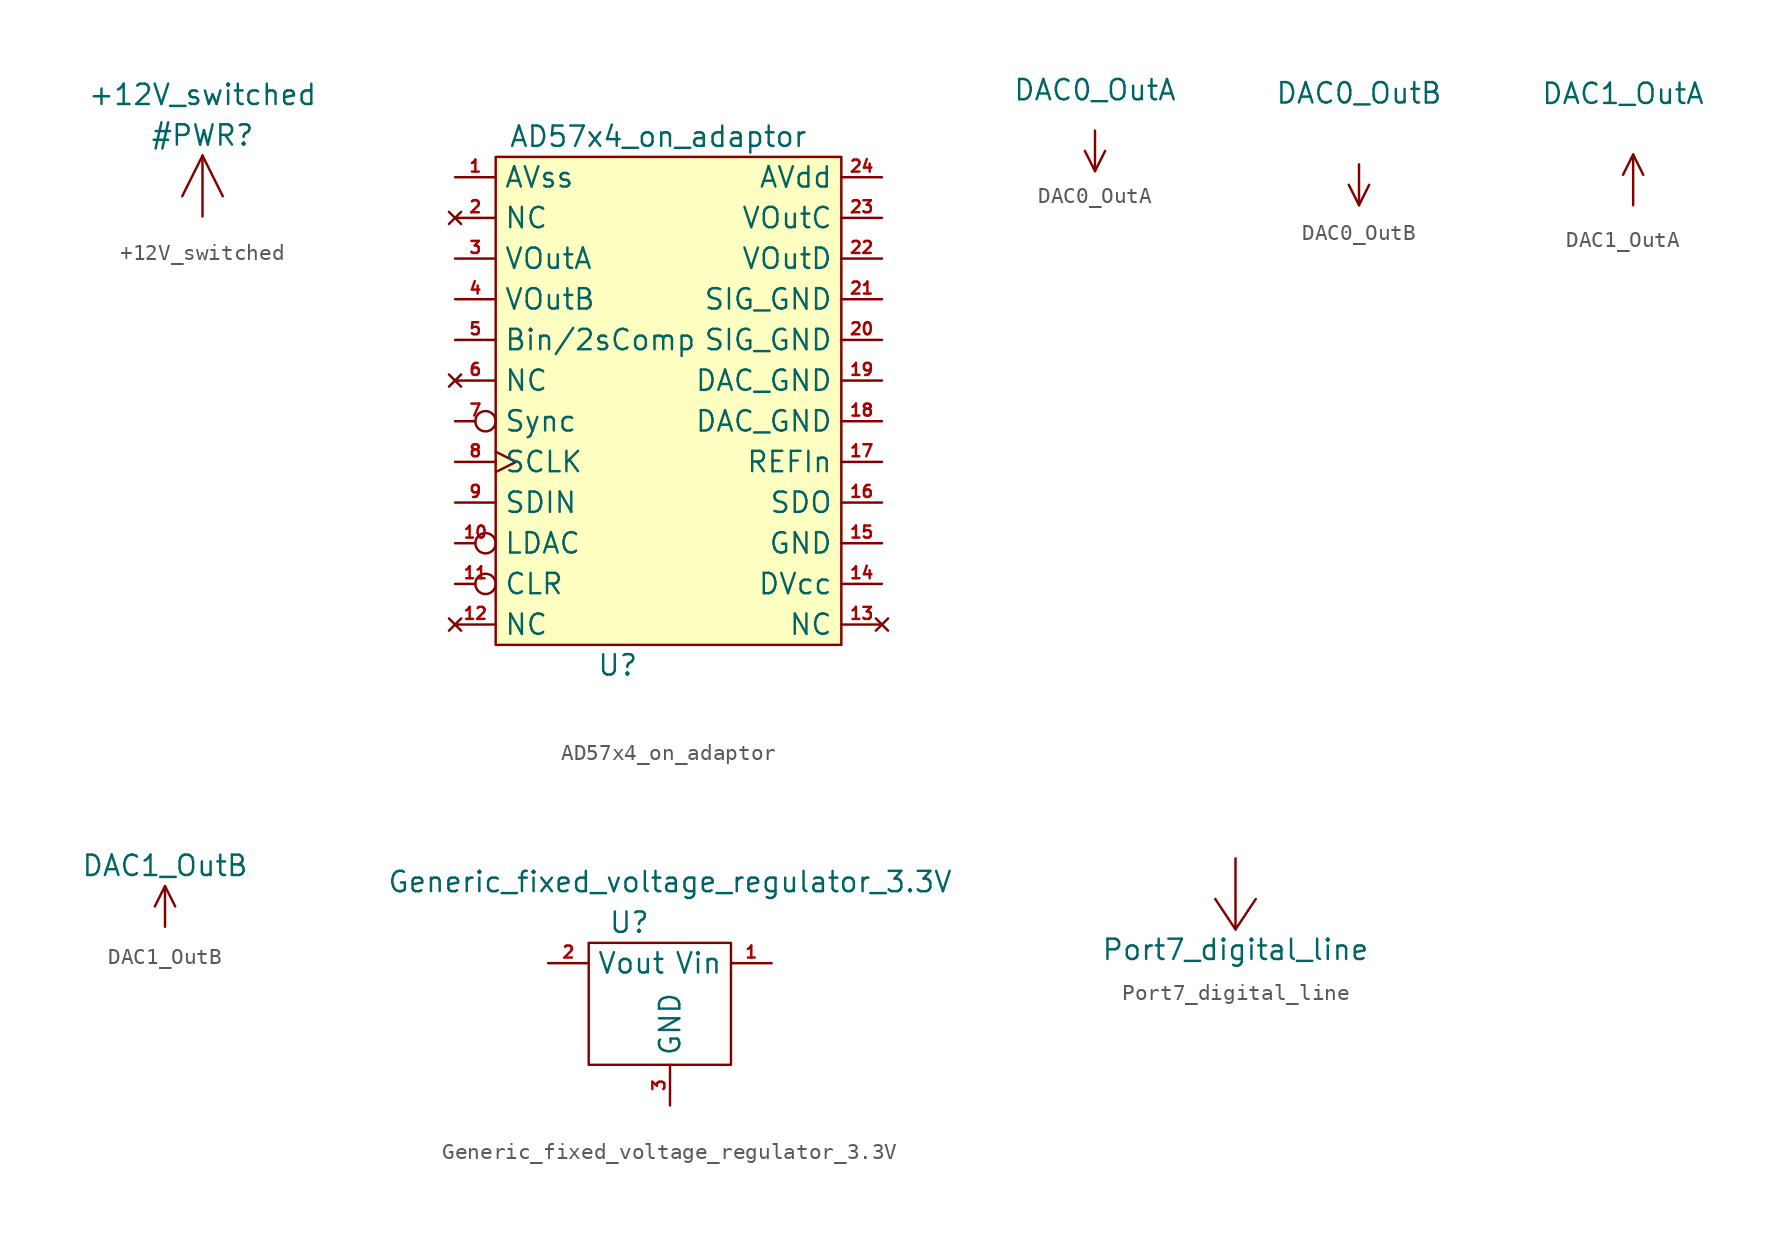
<source format=kicad_sym>
(kicad_symbol_lib
  (version 20211014)
  (generator kicad_symbol_editor)
  (symbol "+12V_switched"
    (power)
    (pin_numbers hide)
    (pin_names
      (offset 0))
    (property "Reference" "#PWR"
      (at 0 5.08 0)
      (effects (font (size 1.27 1.27))))
    (property "Value" "+12V_switched"
      (at 0 7.62 0)
      (effects (font (size 1.27 1.27))))
    (symbol "+12V_switched_0_1"
      (polyline (pts (xy 0 0) (xy 0 3.81)) (stroke (width 0) (type default) (color 0 0 0 0)) (fill (type none)))
      (polyline (pts (xy 0 3.81) (xy -1.27 1.27)) (stroke (width 0) (type default) (color 0 0 0 0)) (fill (type none)))
      (polyline (pts (xy 0 3.81) (xy 1.27 1.27)) (stroke (width 0) (type default) (color 0 0 0 0)) (fill (type none))))
    (symbol "+12V_switched_1_1"
      (pin power_in line (at 0 0 0) (length 0) hide (name "+12V_switched" (effects (font (size 1.27 1.27)))) (number "1" (effects (font (size 1.27 1.27)))))))
  (symbol "AD57x4_on_adaptor"
    (property "Reference" "U"
      (at -2.54 -17.78 0)
      (effects (font (size 1.27 1.27))))
    (property "Value" "AD57x4_on_adaptor"
      (at 0 15.24 0)
      (effects (font (size 1.27 1.27))))
    (symbol "AD57x4_on_adaptor_0_1"
      (rectangle (start -10.16 13.97) (end 11.43 -16.51) (stroke (width 0) (type default) (color 0 0 0 0)) (fill (type background))))
    (symbol "AD57x4_on_adaptor_1_1"
      (pin power_in line (at -12.7 12.7 0) (length 2.54) (name "AVss" (effects (font (size 1.27 1.27)))) (number "1" (effects (font (size 0.75 0.75)))))
      (pin input inverted (at -12.7 -10.16 0) (length 2.54) (name "LDAC" (effects (font (size 1.27 1.27)))) (number "10" (effects (font (size 0.75 0.75)))))
      (pin input inverted (at -12.7 -12.7 0) (length 2.54) (name "CLR" (effects (font (size 1.27 1.27)))) (number "11" (effects (font (size 0.75 0.75)))))
      (pin no_connect line (at -12.7 -15.24 0) (length 2.54) (name "NC" (effects (font (size 1.27 1.27)))) (number "12" (effects (font (size 0.75 0.75)))))
      (pin no_connect line (at 13.97 -15.24 180) (length 2.54) (name "NC" (effects (font (size 1.27 1.27)))) (number "13" (effects (font (size 0.75 0.75)))))
      (pin power_in line (at 13.97 -12.7 180) (length 2.54) (name "DVcc" (effects (font (size 1.27 1.27)))) (number "14" (effects (font (size 0.75 0.75)))))
      (pin power_in line (at 13.97 -10.16 180) (length 2.54) (name "GND" (effects (font (size 1.27 1.27)))) (number "15" (effects (font (size 0.75 0.75)))))
      (pin output line (at 13.97 -7.62 180) (length 2.54) (name "SDO" (effects (font (size 1.27 1.27)))) (number "16" (effects (font (size 0.75 0.75)))))
      (pin input line (at 13.97 -5.08 180) (length 2.54) (name "REFIn" (effects (font (size 1.27 1.27)))) (number "17" (effects (font (size 0.75 0.75)))))
      (pin power_in line (at 13.97 -2.54 180) (length 2.54) (name "DAC_GND" (effects (font (size 1.27 1.27)))) (number "18" (effects (font (size 0.75 0.75)))))
      (pin power_in line (at 13.97 0 180) (length 2.54) (name "DAC_GND" (effects (font (size 1.27 1.27)))) (number "19" (effects (font (size 0.75 0.75)))))
      (pin no_connect line (at -12.7 10.16 0) (length 2.54) (name "NC" (effects (font (size 1.27 1.27)))) (number "2" (effects (font (size 0.75 0.75)))))
      (pin power_in line (at 13.97 2.54 180) (length 2.54) (name "SIG_GND" (effects (font (size 1.27 1.27)))) (number "20" (effects (font (size 0.75 0.75)))))
      (pin power_in line (at 13.97 5.08 180) (length 2.54) (name "SIG_GND" (effects (font (size 1.27 1.27)))) (number "21" (effects (font (size 0.75 0.75)))))
      (pin output line (at 13.97 7.62 180) (length 2.54) (name "VOutD" (effects (font (size 1.27 1.27)))) (number "22" (effects (font (size 0.75 0.75)))))
      (pin output line (at 13.97 10.16 180) (length 2.54) (name "VOutC" (effects (font (size 1.27 1.27)))) (number "23" (effects (font (size 0.75 0.75)))))
      (pin power_in line (at 13.97 12.7 180) (length 2.54) (name "AVdd" (effects (font (size 1.27 1.27)))) (number "24" (effects (font (size 0.75 0.75)))))
      (pin output line (at -12.7 7.62 0) (length 2.54) (name "VOutA" (effects (font (size 1.27 1.27)))) (number "3" (effects (font (size 0.75 0.75)))))
      (pin output line (at -12.7 5.08 0) (length 2.54) (name "VOutB" (effects (font (size 1.27 1.27)))) (number "4" (effects (font (size 0.75 0.75)))))
      (pin input line (at -12.7 2.54 0) (length 2.54) (name "Bin/2sComp" (effects (font (size 1.27 1.27)))) (number "5" (effects (font (size 0.75 0.75)))))
      (pin no_connect line (at -12.7 0 0) (length 2.54) (name "NC" (effects (font (size 1.27 1.27)))) (number "6" (effects (font (size 0.75 0.75)))))
      (pin input inverted (at -12.7 -2.54 0) (length 2.54) (name "Sync" (effects (font (size 1.27 1.27)))) (number "7" (effects (font (size 0.75 0.75)))))
      (pin input clock (at -12.7 -5.08 0) (length 2.54) (name "SCLK" (effects (font (size 1.27 1.27)))) (number "8" (effects (font (size 0.75 0.75)))))
      (pin input line (at -12.7 -7.62 0) (length 2.54) (name "SDIN" (effects (font (size 1.27 1.27)))) (number "9" (effects (font (size 0.75 0.75)))))))
  (symbol "DAC0_OutA"
    (power)
    (pin_numbers hide)
    (pin_names
      (offset 0))
    (property "Reference" "#PWR"
      (at 0 5.08 0)
      (effects (font (size 1.27 1.27)) hide))
    (property "Value" "DAC0_OutA"
      (at 0 2.54 0)
      (effects (font (size 1.27 1.27))))
    (symbol "DAC0_OutA_0_1"
      (polyline (pts (xy 0 -2.54) (xy 0.635 -1.27)) (stroke (width 0) (type default) (color 0 0 0 0)) (fill (type none)))
      (polyline (pts (xy 0 0) (xy 0 -2.54) (xy -0.635 -1.27)) (stroke (width 0) (type default) (color 0 0 0 0)) (fill (type none))))
    (symbol "DAC0_OutA_1_1"
      (pin power_in line (at 0 0 0) (length 0) hide (name "DAC0_OutA" (effects (font (size 1.27 1.27)))) (number "1" (effects (font (size 1.27 1.27)))))))
  (symbol "DAC0_OutB"
    (power)
    (pin_numbers hide)
    (pin_names
      (offset 0))
    (property "Reference" "#PWR"
      (at 0 2.54 0)
      (effects (font (size 1.27 1.27)) hide))
    (property "Value" "DAC0_OutB"
      (at 0 4.445 0)
      (effects (font (size 1.27 1.27))))
    (symbol "DAC0_OutB_0_1"
      (polyline (pts (xy 0 -2.54) (xy -0.635 -1.27)) (stroke (width 0) (type default) (color 0 0 0 0)) (fill (type none)))
      (polyline (pts (xy 0 -2.54) (xy 0.635 -1.27)) (stroke (width 0) (type default) (color 0 0 0 0)) (fill (type none)))
      (polyline (pts (xy 0 0) (xy 0 -2.54)) (stroke (width 0) (type default) (color 0 0 0 0)) (fill (type none))))
    (symbol "DAC0_OutB_1_1"
      (pin power_in line (at 0 0 0) (length 0) hide (name "DAC0_OutB" (effects (font (size 1.27 1.27)))) (number "1" (effects (font (size 1.27 1.27)))))))
  (symbol "DAC1_OutA"
    (power)
    (pin_numbers hide)
    (pin_names
      (offset 0))
    (property "Reference" "#PWR"
      (at 0 3.81 0)
      (effects (font (size 1.27 1.27)) hide))
    (property "Value" "DAC1_OutA"
      (at -0.635 6.985 0)
      (effects (font (size 1.27 1.27))))
    (symbol "DAC1_OutA_0_1"
      (polyline (pts (xy 0 3.175) (xy 0.635 1.905)) (stroke (width 0) (type default) (color 0 0 0 0)) (fill (type none)))
      (polyline (pts (xy 0 0) (xy 0 3.175) (xy -0.635 1.905)) (stroke (width 0) (type default) (color 0 0 0 0)) (fill (type none))))
    (symbol "DAC1_OutA_1_1"
      (pin power_in line (at 0 0 0) (length 0) hide (name "DAC1_OutA" (effects (font (size 1.27 1.27)))) (number "1" (effects (font (size 1.27 1.27)))))))
  (symbol "DAC1_OutB"
    (power)
    (pin_numbers hide)
    (pin_names
      (offset 0))
    (property "Reference" "#PWR"
      (at 0 5.715 0)
      (effects (font (size 1.27 1.27)) hide))
    (property "Value" "DAC1_OutB"
      (at 0 3.81 0)
      (effects (font (size 1.27 1.27))))
    (symbol "DAC1_OutB_0_1"
      (polyline (pts (xy 0 2.54) (xy 0.635 1.27)) (stroke (width 0) (type default) (color 0 0 0 0)) (fill (type none)))
      (polyline (pts (xy 0 0) (xy 0 1.905) (xy 0 2.54) (xy -0.635 1.27)) (stroke (width 0) (type default) (color 0 0 0 0)) (fill (type none))))
    (symbol "DAC1_OutB_1_1"
      (pin power_in line (at 0 0 0) (length 0) hide (name "DAC1_OutB" (effects (font (size 1.27 1.27)))) (number "1" (effects (font (size 1.27 1.27)))))))
  (symbol "Generic_fixed_voltage_regulator_3.3V"
    (property "Reference" "U"
      (at -2.54 3.81 0)
      (effects (font (size 1.27 1.27))))
    (property "Value" "Generic_fixed_voltage_regulator_3.3V"
      (at 0 6.35 0)
      (effects (font (size 1.27 1.27))))
    (symbol "Generic_fixed_voltage_regulator_3.3V_0_1"
      (rectangle (start -5.08 2.54) (end 3.81 -5.08) (stroke (width 0) (type default) (color 0 0 0 0)) (fill (type none))))
    (symbol "Generic_fixed_voltage_regulator_3.3V_1_1"
      (pin power_in line (at 6.35 1.27 180) (length 2.54) (name "Vin" (effects (font (size 1.27 1.27)))) (number "1" (effects (font (size 0.75 0.75)))))
      (pin power_out line (at -7.62 1.27 0) (length 2.54) (name "Vout" (effects (font (size 1.27 1.27)))) (number "2" (effects (font (size 0.75 0.75)))))
      (pin power_in line (at 0 -7.62 90) (length 2.54) (name "GND" (effects (font (size 1.27 1.27)))) (number "3" (effects (font (size 0.75 0.75)))))))
  (symbol "Port7_digital_line"
    (power)
    (pin_numbers hide)
    (pin_names
      (offset 0))
    (property "Reference" "#PWR"
      (at -1.27 15.24 0)
      (effects (font (size 1.27 1.27)) hide))
    (property "Value" "Port7_digital_line"
      (at 0 -5.715 0)
      (effects (font (size 1.27 1.27))))
    (symbol "Port7_digital_line_0_1"
      (polyline (pts (xy 0 -4.445) (xy 1.27 -2.54)) (stroke (width 0) (type default) (color 0 0 0 0)) (fill (type none)))
      (polyline (pts (xy 0 0) (xy 0 -4.445) (xy -1.27 -2.54)) (stroke (width 0) (type default) (color 0 0 0 0)) (fill (type none))))
    (symbol "Port7_digital_line_1_1"
      (pin power_in line (at 0 0 0) (length 0) hide (name "Port7_digital_line" (effects (font (size 1.27 1.27)))) (number "1" (effects (font (size 1.27 1.27))))))))
</source>
